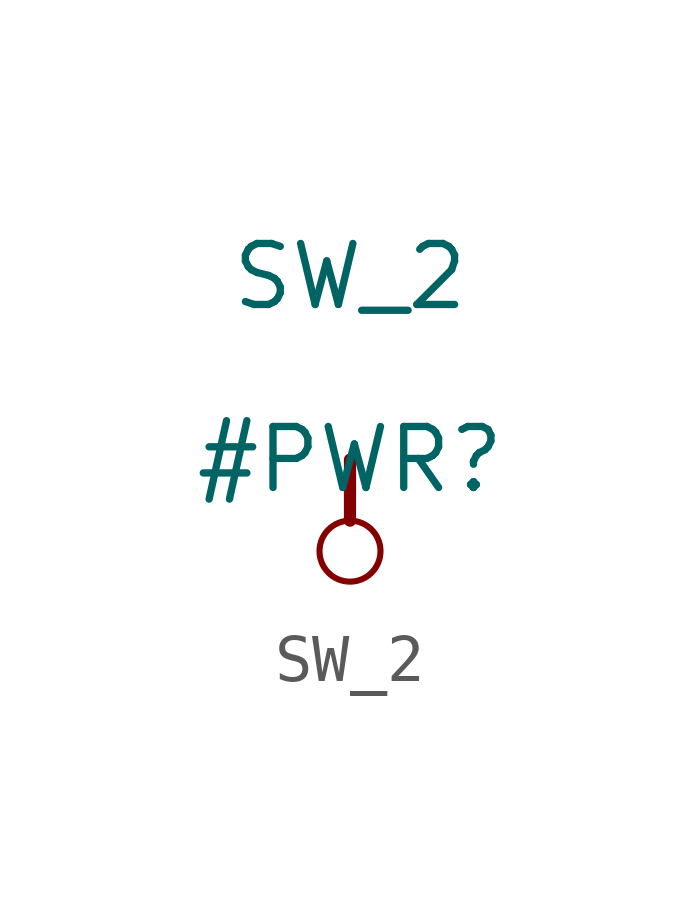
<source format=kicad_sym>
(kicad_symbol_lib
  (version 20211014)
  (generator kicad_symbol_editor)
  (symbol "SW_2"
    (power)
    (property "Reference" "#PWR"
      (at 0 0 0)
      (effects (font (size 1.27 1.27))))
    (property "Value" "SW_2"
      (at 0 3.81 0)
      (effects (font (size 1.27 1.27))))
    (symbol "SW_2_0_0"
      (circle (center 0 -1.905) (radius 0.635) (stroke (width 0.127) (type default) (color 0 0 0 0)) (fill (type none)))
      (polyline (pts (xy 0 0) (xy 0 -1.27)) (stroke (width 0.254) (type default) (color 0 0 0 0)) (fill (type none)))
      (pin power_in line (at 0 0 0) (length 0) hide (name "SW_2" (effects (font (size 1.27 1.27)))) (number "" (effects (font (size 1.27 1.27))))))))
</source>
